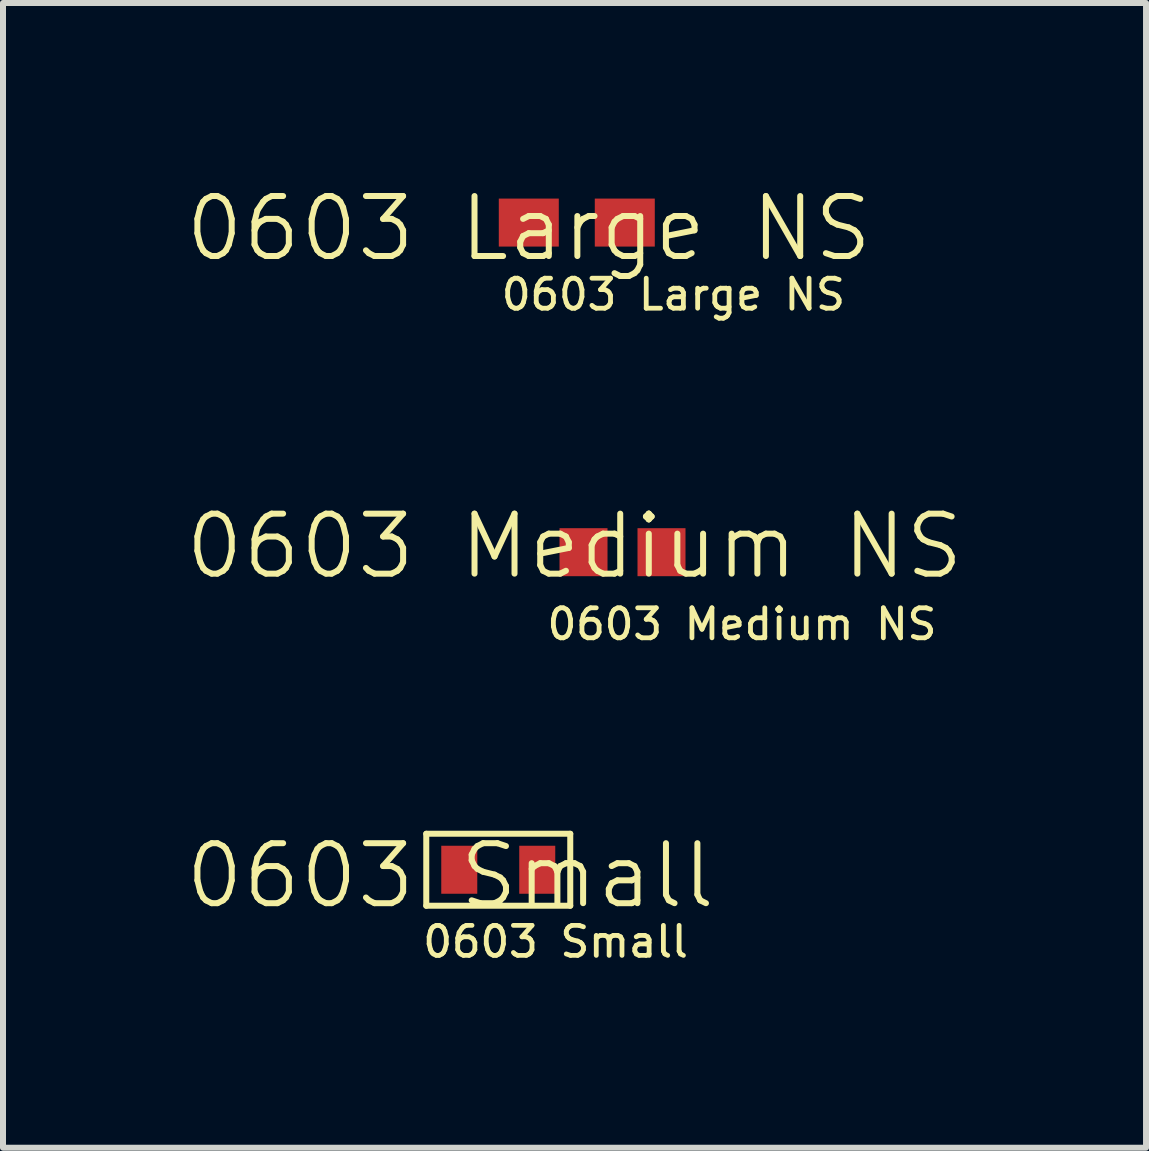
<source format=kicad_pcb>
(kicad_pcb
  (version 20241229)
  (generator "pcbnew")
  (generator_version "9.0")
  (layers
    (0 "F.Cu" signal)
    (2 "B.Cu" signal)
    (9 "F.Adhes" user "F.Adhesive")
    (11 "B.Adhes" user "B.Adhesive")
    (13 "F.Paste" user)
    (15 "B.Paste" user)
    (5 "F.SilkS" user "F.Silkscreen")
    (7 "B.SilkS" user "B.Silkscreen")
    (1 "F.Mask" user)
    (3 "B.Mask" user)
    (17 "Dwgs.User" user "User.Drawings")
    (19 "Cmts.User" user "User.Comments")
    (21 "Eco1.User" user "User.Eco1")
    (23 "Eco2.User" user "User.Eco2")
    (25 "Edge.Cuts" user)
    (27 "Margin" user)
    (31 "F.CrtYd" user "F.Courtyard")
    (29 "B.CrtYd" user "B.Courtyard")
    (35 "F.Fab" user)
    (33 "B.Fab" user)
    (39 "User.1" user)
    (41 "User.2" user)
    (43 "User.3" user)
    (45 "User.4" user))
  (footprint "0603 Medium NS"
    (layer "F.Cu")
    (at 6.526 6.554)
    (property "Reference" "0603 Medium NS" (at 0 -0.5 0) (unlocked yes) (layer "F.SilkS") (effects (font (size 1 1) (thickness 0.1))))
    (attr smd)
    (fp_text user "${REFERENCE}" (at -0.5 0.8 0) (unlocked yes) (layer "F.SilkS") (effects (font (size 0.5 0.5) (thickness 0.08)) (justify left)))
    (pad "1" smd rect (at 0.15 -0.4) (size 0.8 0.8) (layers "F.Cu" "F.Mask" "F.Paste"))
    (pad "2" smd rect (at 1.45 -0.4) (size 0.8 0.8) (layers "F.Cu" "F.Mask" "F.Paste")))
  (footprint "0603 Small"
    (layer "F.Cu")
    (at 4.455 11.847)
    (property "Reference" "0603 Small" (at 0 -0.3 0) (unlocked yes) (layer "F.SilkS") (effects (font (size 1 1) (thickness 0.1))))
    (attr smd)
    (fp_line (start -0.4 -1) (end -0.4 0.2) (stroke (width 0.1) (type default)) (layer "F.SilkS"))
    (fp_line (start -0.4 0.2) (end 2 0.2) (stroke (width 0.1) (type default)) (layer "F.SilkS"))
    (fp_line (start 2 -1) (end -0.4 -1) (stroke (width 0.1) (type default)) (layer "F.SilkS"))
    (fp_line (start 2 0.2) (end 2 -1) (stroke (width 0.1) (type default)) (layer "F.SilkS"))
    (fp_text user "${REFERENCE}" (at -0.5 0.8 0) (unlocked yes) (layer "F.SilkS") (effects (font (size 0.5 0.5) (thickness 0.08)) (justify left)))
    (pad "1" smd rect (at 0.15 -0.4) (size 0.6 0.8) (layers "F.Cu" "F.Mask" "F.Paste"))
    (pad "2" smd rect (at 1.45 -0.4) (size 0.6 0.8) (layers "F.Cu" "F.Mask" "F.Paste")))
  (footprint "0603 Large NS"
    (layer "F.Cu")
    (at 5.764 1.06)
    (property "Reference" "0603 Large NS" (at 0 -0.3 0) (unlocked yes) (layer "F.SilkS") (effects (font (size 1 1) (thickness 0.1))))
    (attr smd)
    (fp_text user "${REFERENCE}" (at -0.5 0.8 0) (unlocked yes) (layer "F.SilkS") (effects (font (size 0.5 0.5) (thickness 0.08)) (justify left)))
    (pad "1" smd rect (at 0 -0.4) (size 1 0.8) (layers "F.Cu" "F.Mask" "F.Paste"))
    (pad "2" smd rect (at 1.6 -0.4) (size 1 0.8) (layers "F.Cu" "F.Mask" "F.Paste")))
  (gr_rect
    (start -3 -3)
    (end 16.052 16.08)
    (stroke (width 0.1) (type default))
    (fill no)
    (layer "Edge.Cuts")))
</source>
